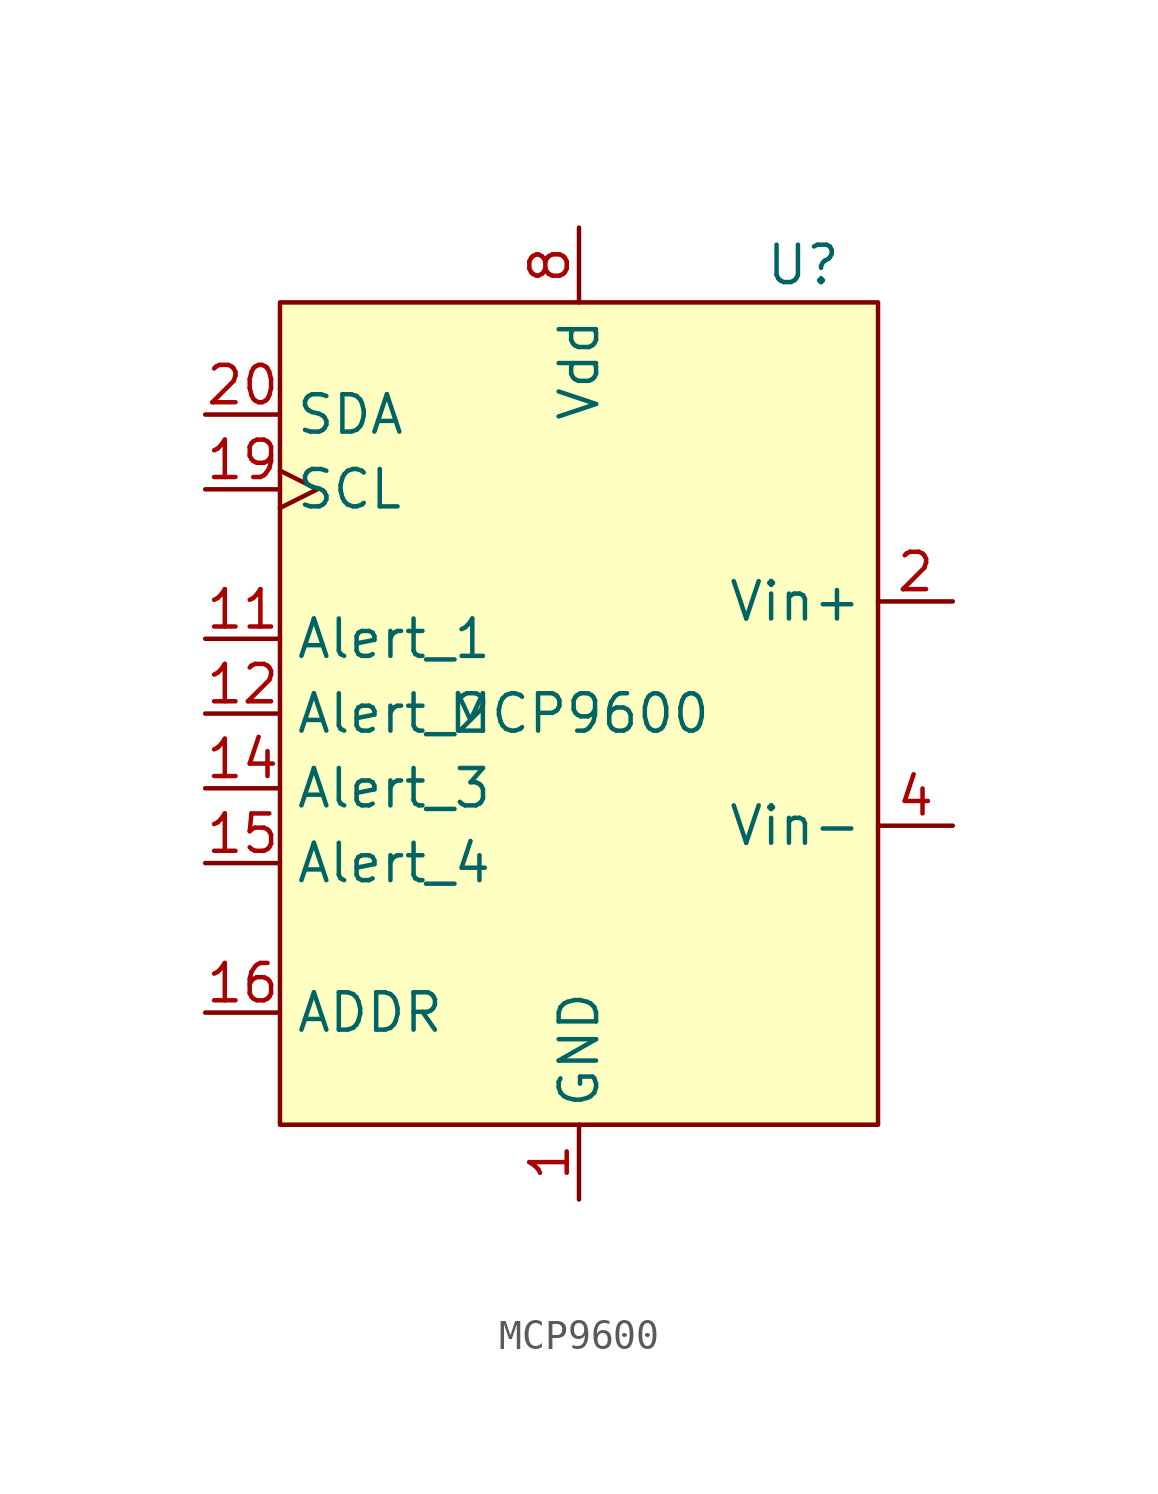
<source format=kicad_sym>
(kicad_symbol_lib
  (version 20231120)
  (generator "kicad_symbol_editor")
  (generator_version "8.0")
  (symbol "MCP9600"
    (property "Reference" "U"
      (at 7.62 15.24 0)
      (effects (font (size 1.27 1.27))))
    (property "Value" "MCP9600"
      (at 0 0 0)
      (effects (font (size 1.27 1.27))))
    (symbol "MCP9600_1_1"
      (rectangle (start -10.16 13.97) (end 10.16 -13.97) (stroke (width 0) (type default)) (fill (type background)))
      (pin passive line (at 0 -16.51 90) (length 2.54) (name "GND" (effects (font (size 1.27 1.27)))) (number "1" (effects (font (size 1.27 1.27)))))
      (pin passive line (at 0 -16.51 90) (length 2.54) hide (name "GND" (effects (font (size 1.27 1.27)))) (number "10" (effects (font (size 1.27 1.27)))))
      (pin output line (at -12.7 2.54 0) (length 2.54) (name "Alert_1" (effects (font (size 1.27 1.27)))) (number "11" (effects (font (size 1.27 1.27)))))
      (pin output line (at -12.7 0 0) (length 2.54) (name "Alert_2" (effects (font (size 1.27 1.27)))) (number "12" (effects (font (size 1.27 1.27)))))
      (pin passive line (at 0 -16.51 90) (length 2.54) hide (name "GND" (effects (font (size 1.27 1.27)))) (number "13" (effects (font (size 1.27 1.27)))))
      (pin output line (at -12.7 -2.54 0) (length 2.54) (name "Alert_3" (effects (font (size 1.27 1.27)))) (number "14" (effects (font (size 1.27 1.27)))))
      (pin output line (at -12.7 -5.08 0) (length 2.54) (name "Alert_4" (effects (font (size 1.27 1.27)))) (number "15" (effects (font (size 1.27 1.27)))))
      (pin input line (at -12.7 -10.16 0) (length 2.54) (name "ADDR" (effects (font (size 1.27 1.27)))) (number "16" (effects (font (size 1.27 1.27)))))
      (pin passive line (at 0 -16.51 90) (length 2.54) hide (name "GND" (effects (font (size 1.27 1.27)))) (number "17" (effects (font (size 1.27 1.27)))))
      (pin passive line (at 0 -16.51 90) (length 2.54) hide (name "GND" (effects (font (size 1.27 1.27)))) (number "18" (effects (font (size 1.27 1.27)))))
      (pin input clock (at -12.7 7.62 0) (length 2.54) (name "SCL" (effects (font (size 1.27 1.27)))) (number "19" (effects (font (size 1.27 1.27)))))
      (pin input line (at 12.7 3.81 180) (length 2.54) (name "Vin+" (effects (font (size 1.27 1.27)))) (number "2" (effects (font (size 1.27 1.27)))))
      (pin bidirectional line (at -12.7 10.16 0) (length 2.54) (name "SDA" (effects (font (size 1.27 1.27)))) (number "20" (effects (font (size 1.27 1.27)))))
      (pin passive line (at 0 -16.51 90) (length 2.54) hide (name "EP" (effects (font (size 1.27 1.27)))) (number "21" (effects (font (size 1.27 1.27)))))
      (pin passive line (at 0 -16.51 90) (length 2.54) hide (name "GND" (effects (font (size 1.27 1.27)))) (number "3" (effects (font (size 1.27 1.27)))))
      (pin input line (at 12.7 -3.81 180) (length 2.54) (name "Vin-" (effects (font (size 1.27 1.27)))) (number "4" (effects (font (size 1.27 1.27)))))
      (pin passive line (at 0 -16.51 90) (length 2.54) hide (name "GND" (effects (font (size 1.27 1.27)))) (number "5" (effects (font (size 1.27 1.27)))))
      (pin passive line (at 0 -16.51 90) (length 2.54) hide (name "GND" (effects (font (size 1.27 1.27)))) (number "6" (effects (font (size 1.27 1.27)))))
      (pin passive line (at 0 -16.51 90) (length 2.54) hide (name "GND" (effects (font (size 1.27 1.27)))) (number "7" (effects (font (size 1.27 1.27)))))
      (pin power_in line (at 0 16.51 270) (length 2.54) (name "Vdd" (effects (font (size 1.27 1.27)))) (number "8" (effects (font (size 1.27 1.27)))))
      (pin passive line (at 0 -16.51 90) (length 2.54) hide (name "GND" (effects (font (size 1.27 1.27)))) (number "9" (effects (font (size 1.27 1.27))))))))
</source>
